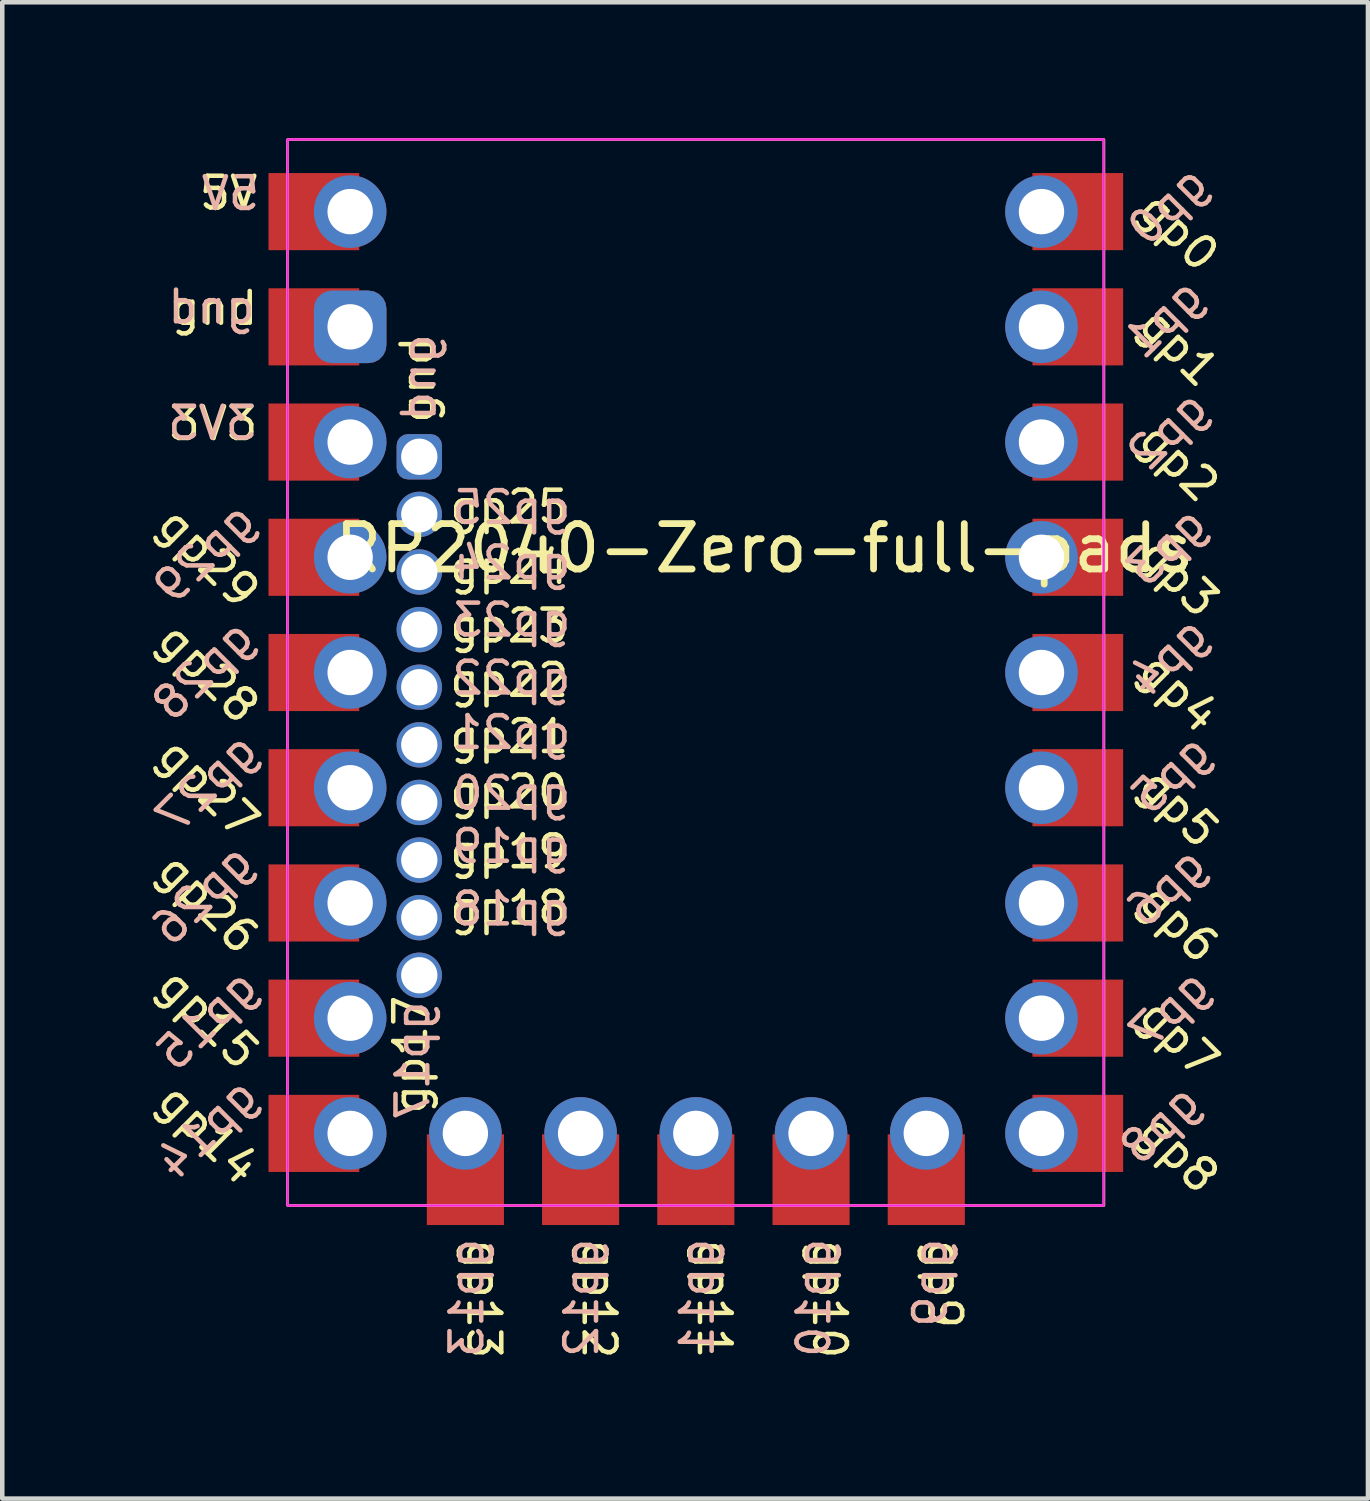
<source format=kicad_pcb>
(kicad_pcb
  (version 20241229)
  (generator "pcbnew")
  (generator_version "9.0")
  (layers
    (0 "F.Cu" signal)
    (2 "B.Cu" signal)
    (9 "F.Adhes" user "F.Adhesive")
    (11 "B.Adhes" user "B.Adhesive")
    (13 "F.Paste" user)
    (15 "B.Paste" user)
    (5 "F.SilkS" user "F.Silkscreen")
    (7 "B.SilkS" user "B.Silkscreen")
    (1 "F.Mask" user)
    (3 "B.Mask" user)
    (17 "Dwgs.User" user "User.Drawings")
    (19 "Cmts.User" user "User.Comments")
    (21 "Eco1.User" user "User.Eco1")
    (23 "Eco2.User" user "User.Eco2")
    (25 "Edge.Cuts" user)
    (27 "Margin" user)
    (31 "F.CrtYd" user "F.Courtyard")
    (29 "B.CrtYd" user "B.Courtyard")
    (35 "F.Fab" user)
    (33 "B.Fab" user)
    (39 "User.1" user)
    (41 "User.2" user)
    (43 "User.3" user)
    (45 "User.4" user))
  (footprint "RP2040-Zero-full-pads"
    (layer "F.Cu")
    (at 12.289 11.775)
    (property "Reference" "RP2040-Zero-full-pads" (at 1.513 -2.737 0) (unlocked yes) (layer "F.SilkS") (effects (font (size 1 1) (thickness 0.15))))
    (attr smd)
    (fp_rect (start -9 -11.75) (end 9 11.75) (stroke (width 0.05) (type default)) (fill no) (layer "F.SilkS"))
    (fp_rect (start -9 -11.75) (end 8.99 11.75) (stroke (width 0.05) (type default)) (fill no) (layer "B.SilkS"))
    (fp_rect (start -9 -11.75) (end 8.99 11.75) (stroke (width 0.05) (type default)) (fill no) (layer "F.CrtYd"))
    (fp_text user "gp8" (at 9.63 10.16 315) (unlocked yes) (layer "F.SilkS") (effects (font (size 0.7 0.7) (thickness 0.1)) (justify left bottom)))
    (fp_text user "gp12" (at -2.54 12.45 270) (unlocked yes) (layer "F.SilkS") (effects (font (size 0.7 0.7) (thickness 0.1)) (justify left bottom)))
    (fp_text user "gp3" (at 9.63 -2.54 315) (unlocked yes) (layer "F.SilkS") (effects (font (size 0.7 0.7) (thickness 0.1)) (justify left bottom)))
    (fp_text user "gp24" (at -5.48 -1.91 0) (unlocked yes) (layer "F.SilkS") (effects (font (size 0.7 0.7) (thickness 0.1)) (justify left bottom)))
    (fp_text user "gp13" (at -5.08 12.45 270) (unlocked yes) (layer "F.SilkS") (effects (font (size 0.7 0.7) (thickness 0.1)) (justify left bottom)))
    (fp_text user "gp25" (at -5.48 -3.24 0) (unlocked yes) (layer "F.SilkS") (effects (font (size 0.7 0.7) (thickness 0.1)) (justify left bottom)))
    (fp_text user "gp4" (at 9.63 0 315) (unlocked yes) (layer "F.SilkS") (effects (font (size 0.7 0.7) (thickness 0.1)) (justify left bottom)))
    (fp_text user "gp2" (at 9.63 -5.08 315) (unlocked yes) (layer "F.SilkS") (effects (font (size 0.7 0.7) (thickness 0.1)) (justify left bottom)))
    (fp_text user "gp9" (at 5.08 12.45 270) (unlocked yes) (layer "F.SilkS") (effects (font (size 0.7 0.7) (thickness 0.1)) (justify left bottom)))
    (fp_text user "gp0" (at 9.63 -10.16 315) (unlocked yes) (layer "F.SilkS") (effects (font (size 0.7 0.7) (thickness 0.1)) (justify left bottom)))
    (fp_text user "gp6" (at 9.63 5.08 315) (unlocked yes) (layer "F.SilkS") (effects (font (size 0.7 0.7) (thickness 0.1)) (justify left bottom)))
    (fp_text user "gp27" (at -12 1.87 315) (unlocked yes) (layer "F.SilkS") (effects (font (size 0.7 0.7) (thickness 0.1)) (justify left bottom)))
    (fp_text user "gp26" (at -12 4.41 315) (unlocked yes) (layer "F.SilkS") (effects (font (size 0.7 0.7) (thickness 0.1)) (justify left bottom)))
    (fp_text user "gp22" (at -5.48 0.58 0) (unlocked yes) (layer "F.SilkS") (effects (font (size 0.7 0.7) (thickness 0.1)) (justify left bottom)))
    (fp_text user "gnd" (at -11.633 -7.62 0) (unlocked yes) (layer "F.SilkS") (effects (font (size 0.7 0.7) (thickness 0.1)) (justify left bottom)))
    (fp_text user "gnd" (at -5.72 -5.44 90) (unlocked yes) (layer "F.SilkS") (effects (font (size 0.7 0.7) (thickness 0.1)) (justify left bottom)))
    (fp_text user "gp17" (at -5.88 9.79 90) (unlocked yes) (layer "F.SilkS") (effects (font (size 0.7 0.7) (thickness 0.1)) (justify left bottom)))
    (fp_text user "3V3" (at -11.667 -5.08 0) (unlocked yes) (layer "F.SilkS") (effects (font (size 0.7 0.7) (thickness 0.1)) (justify left bottom)))
    (fp_text user "gp10" (at 2.54 12.45 270) (unlocked yes) (layer "F.SilkS") (effects (font (size 0.7 0.7) (thickness 0.1)) (justify left bottom)))
    (fp_text user "gp19" (at -5.48 4.36 0) (unlocked yes) (layer "F.SilkS") (effects (font (size 0.7 0.7) (thickness 0.1)) (justify left bottom)))
    (fp_text user "gp18" (at -5.48 5.6 0) (unlocked yes) (layer "F.SilkS") (effects (font (size 0.7 0.7) (thickness 0.1)) (justify left bottom)))
    (fp_text user "gp21" (at -5.48 1.82 0) (unlocked yes) (layer "F.SilkS") (effects (font (size 0.7 0.7) (thickness 0.1)) (justify left bottom)))
    (fp_text user "5V" (at -11 -10.16 0) (unlocked yes) (layer "F.SilkS") (effects (font (size 0.7 0.7) (thickness 0.1)) (justify left bottom)))
    (fp_text user "gp14" (at -12 9.49 315) (unlocked yes) (layer "F.SilkS") (effects (font (size 0.7 0.7) (thickness 0.1)) (justify left bottom)))
    (fp_text user "gp1" (at 9.63 -7.62 315) (unlocked yes) (layer "F.SilkS") (effects (font (size 0.7 0.7) (thickness 0.1)) (justify left bottom)))
    (fp_text user "gp15" (at -12 6.95 315) (unlocked yes) (layer "F.SilkS") (effects (font (size 0.7 0.7) (thickness 0.1)) (justify left bottom)))
    (fp_text user "gp7" (at 9.63 7.62 315) (unlocked yes) (layer "F.SilkS") (effects (font (size 0.7 0.7) (thickness 0.1)) (justify left bottom)))
    (fp_text user "gp11" (at 0 12.45 270) (unlocked yes) (layer "F.SilkS") (effects (font (size 0.7 0.7) (thickness 0.1)) (justify left bottom)))
    (fp_text user "gp29" (at -12 -3.21 315) (unlocked yes) (layer "F.SilkS") (effects (font (size 0.7 0.7) (thickness 0.1)) (justify left bottom)))
    (fp_text user "gp5" (at 9.63 2.54 315) (unlocked yes) (layer "F.SilkS") (effects (font (size 0.7 0.7) (thickness 0.1)) (justify left bottom)))
    (fp_text user "gp20" (at -5.48 3.04 0) (unlocked yes) (layer "F.SilkS") (effects (font (size 0.7 0.7) (thickness 0.1)) (justify left bottom)))
    (fp_text user "gp28" (at -12 -0.67 315) (unlocked yes) (layer "F.SilkS") (effects (font (size 0.7 0.7) (thickness 0.1)) (justify left bottom)))
    (fp_text user "gp23" (at -5.48 -0.62 0) (unlocked yes) (layer "F.SilkS") (effects (font (size 0.7 0.7) (thickness 0.1)) (justify left bottom)))
    (fp_text user "gp1" (at 11.32 -8.25 45) (unlocked yes) (layer "B.SilkS") (effects (font (size 0.7 0.7) (thickness 0.1)) (justify left bottom mirror)))
    (fp_text user "gp3" (at 11.39 -3.22 45) (unlocked yes) (layer "B.SilkS") (effects (font (size 0.7 0.7) (thickness 0.1)) (justify left bottom mirror)))
    (fp_text user "gp17" (at -5.83 7.19 90) (unlocked yes) (layer "B.SilkS") (effects (font (size 0.7 0.7) (thickness 0.1)) (justify left bottom mirror)))
    (fp_text user "gp18" (at -2.7 5.62 0) (unlocked yes) (layer "B.SilkS") (effects (font (size 0.7 0.7) (thickness 0.1)) (justify left bottom mirror)))
    (fp_text user "gp6" (at 11.38 4.29 45) (unlocked yes) (layer "B.SilkS") (effects (font (size 0.7 0.7) (thickness 0.1)) (justify left bottom mirror)))
    (fp_text user "gp25" (at -2.7 -3.23 0) (unlocked yes) (layer "B.SilkS") (effects (font (size 0.7 0.7) (thickness 0.1)) (justify left bottom mirror)))
    (fp_text user "gp28" (at -9.61 -0.73 45) (unlocked yes) (layer "B.SilkS") (effects (font (size 0.7 0.7) (thickness 0.1)) (justify left bottom mirror)))
    (fp_text user "gp27" (at -9.53 1.77 45) (unlocked yes) (layer "B.SilkS") (effects (font (size 0.7 0.7) (thickness 0.1)) (justify left bottom mirror)))
    (fp_text user "gp12" (at -2.11 12.42 90) (unlocked yes) (layer "B.SilkS") (effects (font (size 0.7 0.7) (thickness 0.1)) (justify left bottom mirror)))
    (fp_text user "gp5" (at 11.48 1.8 45) (unlocked yes) (layer "B.SilkS") (effects (font (size 0.7 0.7) (thickness 0.1)) (justify left bottom mirror)))
    (fp_text user "gp24" (at -2.7 -2.01 0) (unlocked yes) (layer "B.SilkS") (effects (font (size 0.7 0.7) (thickness 0.1)) (justify left bottom mirror)))
    (fp_text user "gp23" (at -2.7 -0.75 0) (unlocked yes) (layer "B.SilkS") (effects (font (size 0.7 0.7) (thickness 0.1)) (justify left bottom mirror)))
    (fp_text user "gp15" (at -9.53 6.98 45) (unlocked yes) (layer "B.SilkS") (effects (font (size 0.7 0.7) (thickness 0.1)) (justify left bottom mirror)))
    (fp_text user "3V3" (at -9.63 -5.09 0) (unlocked yes) (layer "B.SilkS") (effects (font (size 0.7 0.7) (thickness 0.1)) (justify left bottom mirror)))
    (fp_text user "gp22" (at -2.7 0.53 0) (unlocked yes) (layer "B.SilkS") (effects (font (size 0.7 0.7) (thickness 0.1)) (justify left bottom mirror)))
    (fp_text user "gp20" (at -2.7 3.07 0) (unlocked yes) (layer "B.SilkS") (effects (font (size 0.7 0.7) (thickness 0.1)) (justify left bottom mirror)))
    (fp_text user "gp9" (at 5.58 12.42 90) (unlocked yes) (layer "B.SilkS") (effects (font (size 0.7 0.7) (thickness 0.1)) (justify left bottom mirror)))
    (fp_text user "gp21" (at -2.7 1.73 0) (unlocked yes) (layer "B.SilkS") (effects (font (size 0.7 0.7) (thickness 0.1)) (justify left bottom mirror)))
    (fp_text user "gp2" (at 11.42 -5.78 45) (unlocked yes) (layer "B.SilkS") (effects (font (size 0.7 0.7) (thickness 0.1)) (justify left bottom mirror)))
    (fp_text user "gp8" (at 11.25 9.52 45) (unlocked yes) (layer "B.SilkS") (effects (font (size 0.7 0.7) (thickness 0.1)) (justify left bottom mirror)))
    (fp_text user "gp29" (at -9.58 -3.31 45) (unlocked yes) (layer "B.SilkS") (effects (font (size 0.7 0.7) (thickness 0.1)) (justify left bottom mirror)))
    (fp_text user "gp0" (at 11.42 -10.73 45) (unlocked yes) (layer "B.SilkS") (effects (font (size 0.7 0.7) (thickness 0.1)) (justify left bottom mirror)))
    (fp_text user "gp14" (at -9.53 9.38 45) (unlocked yes) (layer "B.SilkS") (effects (font (size 0.7 0.7) (thickness 0.1)) (justify left bottom mirror)))
    (fp_text user "gnd" (at -5.69 -7.52 90) (unlocked yes) (layer "B.SilkS") (effects (font (size 0.7 0.7) (thickness 0.1)) (justify left bottom mirror)))
    (fp_text user "gp26" (at -9.63 4.22 45) (unlocked yes) (layer "B.SilkS") (effects (font (size 0.7 0.7) (thickness 0.1)) (justify left bottom mirror)))
    (fp_text user "5V" (at -9.56 -10.15 0) (unlocked yes) (layer "B.SilkS") (effects (font (size 0.7 0.7) (thickness 0.1)) (justify left bottom mirror)))
    (fp_text user "gp10" (at 3.01 12.42 90) (unlocked yes) (layer "B.SilkS") (effects (font (size 0.7 0.7) (thickness 0.1)) (justify left bottom mirror)))
    (fp_text user "gp11" (at 0.44 12.42 90) (unlocked yes) (layer "B.SilkS") (effects (font (size 0.7 0.7) (thickness 0.1)) (justify left bottom mirror)))
    (fp_text user "gp19" (at -2.7 4.24 0) (unlocked yes) (layer "B.SilkS") (effects (font (size 0.7 0.7) (thickness 0.1)) (justify left bottom mirror)))
    (fp_text user "gp7" (at 11.46 6.98 45) (unlocked yes) (layer "B.SilkS") (effects (font (size 0.7 0.7) (thickness 0.1)) (justify left bottom mirror)))
    (fp_text user "gp4" (at 11.42 -0.79 45) (unlocked yes) (layer "B.SilkS") (effects (font (size 0.7 0.7) (thickness 0.1)) (justify left bottom mirror)))
    (fp_text user "gp13" (at -4.64 12.42 90) (unlocked yes) (layer "B.SilkS") (effects (font (size 0.7 0.7) (thickness 0.1)) (justify left bottom mirror)))
    (fp_text user "gnd" (at -9.66 -7.65 0) (unlocked yes) (layer "B.SilkS") (effects (font (size 0.7 0.7) (thickness 0.1)) (justify left bottom mirror)))
    (pad "1" thru_hole circle (at 7.62 -10.16) (size 1.6 1.6) (drill 1) (layers "*.Cu" "*.Mask"))
    (pad "1" smd rect (at 8.42 -10.16) (size 2 1.7) (layers "F.Cu" "F.Mask"))
    (pad "2" thru_hole circle (at 7.62 -7.62) (size 1.6 1.6) (drill 1) (layers "*.Cu" "*.Mask"))
    (pad "2" smd rect (at 8.42 -7.62) (size 2 1.7) (layers "F.Cu" "F.Mask"))
    (pad "3" thru_hole circle (at 7.62 -5.08) (size 1.6 1.6) (drill 1) (layers "*.Cu" "*.Mask"))
    (pad "3" smd rect (at 8.42 -5.08) (size 2 1.7) (layers "F.Cu" "F.Mask"))
    (pad "4" thru_hole circle (at 7.62 -2.54) (size 1.6 1.6) (drill 1) (layers "*.Cu" "*.Mask"))
    (pad "4" smd rect (at 8.42 -2.54) (size 2 1.7) (layers "F.Cu" "F.Mask"))
    (pad "5" thru_hole circle (at 7.62 0) (size 1.6 1.6) (drill 1) (layers "*.Cu" "*.Mask"))
    (pad "5" smd rect (at 8.42 0) (size 2 1.7) (layers "F.Cu" "F.Mask"))
    (pad "6" thru_hole circle (at 7.62 2.54) (size 1.6 1.6) (drill 1) (layers "*.Cu" "*.Mask"))
    (pad "6" smd rect (at 8.42 2.54) (size 2 1.7) (layers "F.Cu" "F.Mask"))
    (pad "7" thru_hole circle (at 7.62 5.08) (size 1.6 1.6) (drill 1) (layers "*.Cu" "*.Mask"))
    (pad "7" smd rect (at 8.42 5.08) (size 2 1.7) (layers "F.Cu" "F.Mask"))
    (pad "8" thru_hole circle (at 7.62 7.62) (size 1.6 1.6) (drill 1) (layers "*.Cu" "*.Mask"))
    (pad "8" smd rect (at 8.42 7.62) (size 2 1.7) (layers "F.Cu" "F.Mask"))
    (pad "9" thru_hole circle (at 7.62 10.16) (size 1.6 1.6) (drill 1) (layers "*.Cu" "*.Mask"))
    (pad "9" smd rect (at 8.42 10.16) (size 2 1.7) (layers "F.Cu" "F.Mask"))
    (pad "10" thru_hole circle (at 5.08 10.16) (size 1.6 1.6) (drill 1) (layers "*.Cu" "*.Mask"))
    (pad "10" smd rect (at 5.08 11.18 90) (size 2 1.7) (layers "F.Cu" "F.Mask"))
    (pad "11" thru_hole circle (at 2.54 10.16) (size 1.6 1.6) (drill 1) (layers "*.Cu" "*.Mask"))
    (pad "11" smd rect (at 2.54 11.18 90) (size 2 1.7) (layers "F.Cu" "F.Mask"))
    (pad "12" thru_hole circle (at 0 10.16) (size 1.6 1.6) (drill 1) (layers "*.Cu" "*.Mask"))
    (pad "12" smd rect (at 0 11.18 90) (size 2 1.7) (layers "F.Cu" "F.Mask"))
    (pad "13" thru_hole circle (at -2.54 10.16) (size 1.6 1.6) (drill 1) (layers "*.Cu" "*.Mask"))
    (pad "13" smd rect (at -2.54 11.18 90) (size 2 1.7) (layers "F.Cu" "F.Mask"))
    (pad "14" thru_hole circle (at -5.08 10.16) (size 1.6 1.6) (drill 1) (layers "*.Cu" "*.Mask"))
    (pad "14" smd rect (at -5.08 11.18 90) (size 2 1.7) (layers "F.Cu" "F.Mask"))
    (pad "15" smd rect (at -8.42 10.16) (size 2 1.7) (layers "F.Cu" "F.Mask"))
    (pad "15" thru_hole circle (at -7.62 10.16) (size 1.6 1.6) (drill 1) (layers "*.Cu" "*.Mask"))
    (pad "16" smd rect (at -8.42 7.62) (size 2 1.7) (layers "F.Cu" "F.Mask"))
    (pad "16" thru_hole circle (at -7.62 7.62) (size 1.6 1.6) (drill 1) (layers "*.Cu" "*.Mask"))
    (pad "17" smd rect (at -8.42 5.08) (size 2 1.7) (layers "F.Cu" "F.Mask"))
    (pad "17" thru_hole circle (at -7.62 5.08) (size 1.6 1.6) (drill 1) (layers "*.Cu" "*.Mask"))
    (pad "18" smd rect (at -8.42 2.54) (size 2 1.7) (layers "F.Cu" "F.Mask"))
    (pad "18" thru_hole circle (at -7.62 2.54) (size 1.6 1.6) (drill 1) (layers "*.Cu" "*.Mask"))
    (pad "19" smd rect (at -8.42 0) (size 2 1.7) (layers "F.Cu" "F.Mask"))
    (pad "19" thru_hole circle (at -7.62 0) (size 1.6 1.6) (drill 1) (layers "*.Cu" "*.Mask"))
    (pad "20" smd rect (at -8.42 -2.54) (size 2 1.7) (layers "F.Cu" "F.Mask"))
    (pad "20" thru_hole circle (at -7.62 -2.54) (size 1.6 1.6) (drill 1) (layers "*.Cu" "*.Mask"))
    (pad "21" smd rect (at -8.42 -5.08) (size 2 1.7) (layers "F.Cu" "F.Mask"))
    (pad "21" thru_hole circle (at -7.62 -5.08) (size 1.6 1.6) (drill 1) (layers "*.Cu" "*.Mask"))
    (pad "22" smd rect (at -8.42 -7.62) (size 2 1.7) (layers "F.Cu" "F.Mask"))
    (pad "22" thru_hole roundrect (at -7.62 -7.62) (size 1.6 1.6) (drill 1) (layers "*.Cu" "*.Mask") (roundrect_rratio 0.25))
    (pad "23" smd rect (at -8.42 -10.16) (size 2 1.7) (layers "F.Cu" "F.Mask"))
    (pad "23" thru_hole circle (at -7.62 -10.16) (size 1.6 1.6) (drill 1) (layers "*.Cu" "*.Mask"))
    (pad "24" thru_hole circle (at -6.096 6.674) (size 1 1) (drill 0.8) (layers "*.Cu" "*.Mask"))
    (pad "25" thru_hole circle (at -6.096 5.404) (size 1 1) (drill 0.8) (layers "*.Cu" "*.Mask"))
    (pad "26" thru_hole circle (at -6.096 4.134) (size 1 1) (drill 0.8) (layers "*.Cu" "*.Mask"))
    (pad "27" thru_hole circle (at -6.096 2.864) (size 1 1) (drill 0.8) (layers "*.Cu" "*.Mask"))
    (pad "28" thru_hole circle (at -6.096 1.594) (size 1 1) (drill 0.8) (layers "*.Cu" "*.Mask"))
    (pad "29" thru_hole circle (at -6.096 0.324) (size 1 1) (drill 0.8) (layers "*.Cu" "*.Mask"))
    (pad "30" thru_hole circle (at -6.096 -0.946) (size 1 1) (drill 0.8) (layers "*.Cu" "*.Mask"))
    (pad "31" thru_hole circle (at -6.096 -2.216) (size 1 1) (drill 0.8) (layers "*.Cu" "*.Mask"))
    (pad "32" thru_hole circle (at -6.096 -3.486) (size 1 1) (drill 0.8) (layers "*.Cu" "*.Mask"))
    (pad "33" thru_hole roundrect (at -6.096 -4.756) (size 1 1) (drill 0.8) (layers "*.Cu" "*.Mask") (roundrect_rratio 0.25)))
  (gr_rect
    (start -3 -3)
    (end 27.106 29.985)
    (stroke (width 0.1) (type default))
    (fill no)
    (layer "Edge.Cuts")))
</source>
